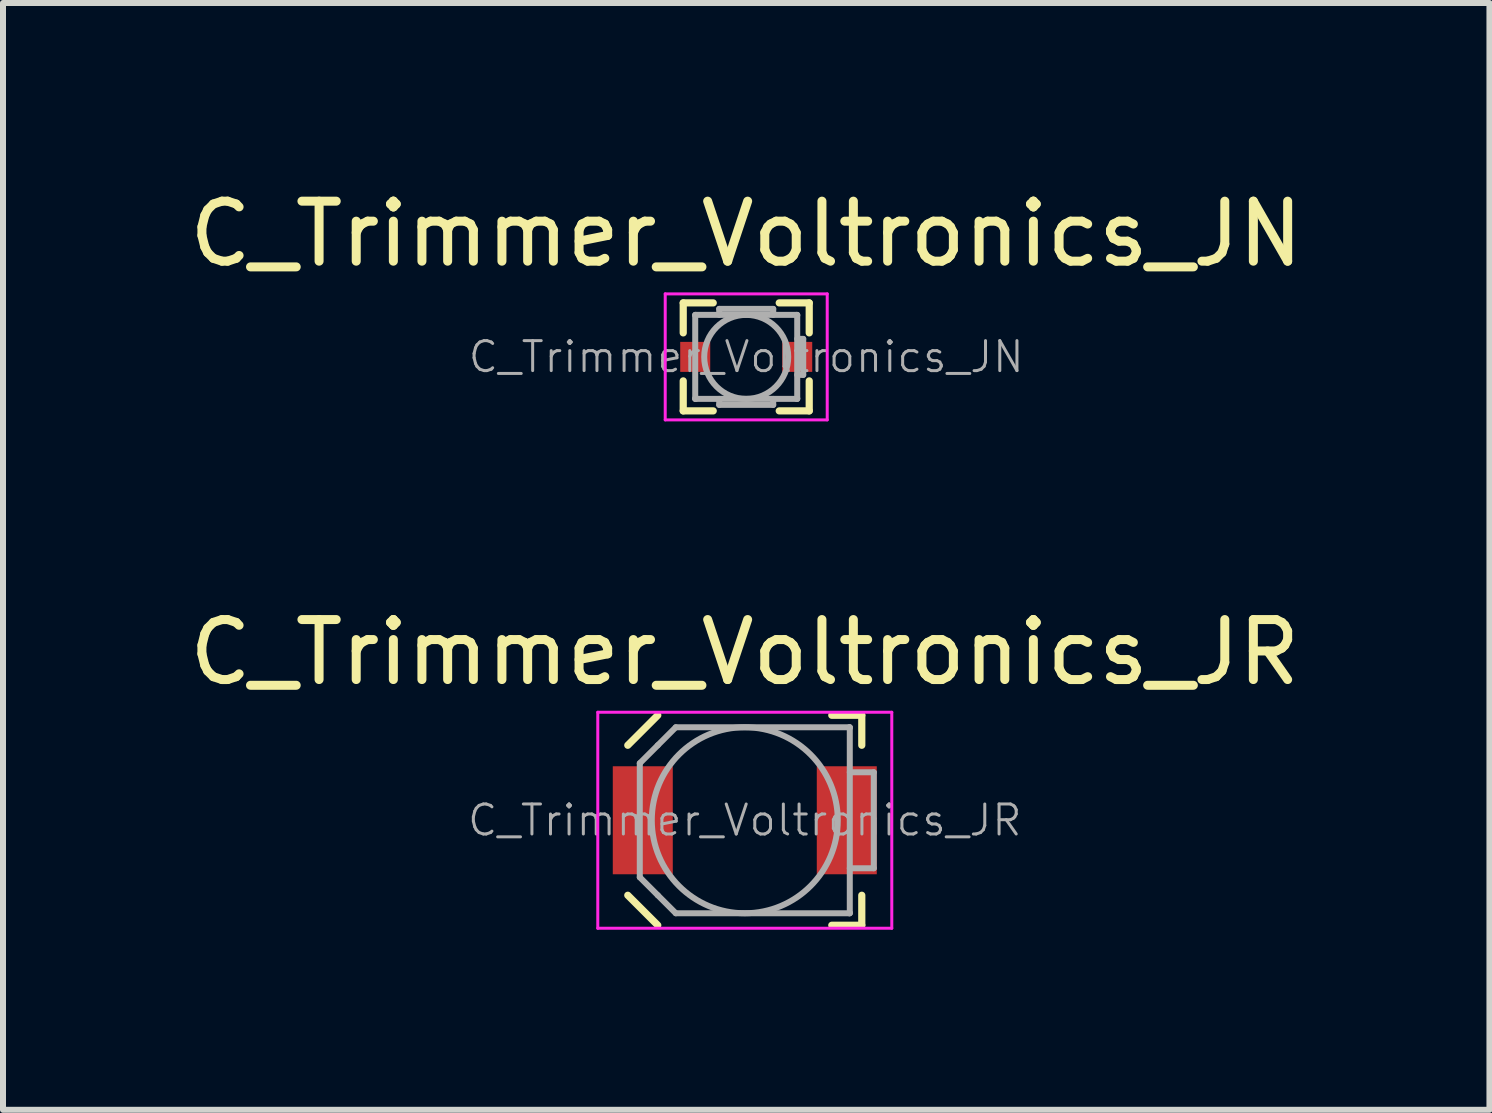
<source format=kicad_pcb>
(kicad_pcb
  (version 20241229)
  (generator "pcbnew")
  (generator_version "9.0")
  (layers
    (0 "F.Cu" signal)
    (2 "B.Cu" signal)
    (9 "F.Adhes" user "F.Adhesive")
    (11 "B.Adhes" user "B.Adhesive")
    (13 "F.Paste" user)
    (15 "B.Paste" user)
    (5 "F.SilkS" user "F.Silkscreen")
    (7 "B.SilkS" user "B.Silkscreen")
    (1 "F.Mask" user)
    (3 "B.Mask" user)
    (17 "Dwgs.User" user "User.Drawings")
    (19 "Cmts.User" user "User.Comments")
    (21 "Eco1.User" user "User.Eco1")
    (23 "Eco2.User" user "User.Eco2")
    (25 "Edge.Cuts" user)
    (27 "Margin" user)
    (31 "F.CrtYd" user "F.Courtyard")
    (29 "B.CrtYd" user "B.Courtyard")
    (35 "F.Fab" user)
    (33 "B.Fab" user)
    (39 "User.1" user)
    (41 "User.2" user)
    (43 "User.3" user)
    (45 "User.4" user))
  (footprint "C_Trimmer_Voltronics_JN"
    (layer "F.Cu")
    (at 9.387 2.898)
    (property "Reference" "C_Trimmer_Voltronics_JN" (at 0 -2.05 0) (layer "F.SilkS") (effects (font (size 1 1) (thickness 0.15))))
    (attr smd)
    (fp_line (start -1.05 -0.9) (end -1.05 -0.4) (stroke (width 0.12) (type solid)) (layer "F.SilkS"))
    (fp_line (start -1.05 -0.9) (end -0.55 -0.9) (stroke (width 0.12) (type solid)) (layer "F.SilkS"))
    (fp_line (start -1.05 0.9) (end -1.05 0.4) (stroke (width 0.12) (type solid)) (layer "F.SilkS"))
    (fp_line (start -1.05 0.9) (end -0.55 0.9) (stroke (width 0.12) (type solid)) (layer "F.SilkS"))
    (fp_line (start 1.05 -0.9) (end 0.55 -0.9) (stroke (width 0.12) (type solid)) (layer "F.SilkS"))
    (fp_line (start 1.05 -0.9) (end 1.05 -0.4) (stroke (width 0.12) (type solid)) (layer "F.SilkS"))
    (fp_line (start 1.05 0.9) (end 0.55 0.9) (stroke (width 0.12) (type solid)) (layer "F.SilkS"))
    (fp_line (start 1.05 0.9) (end 1.05 0.4) (stroke (width 0.12) (type solid)) (layer "F.SilkS"))
    (fp_line (start -1.35 -1.05) (end -1.35 1.05) (stroke (width 0.05) (type solid)) (layer "F.CrtYd"))
    (fp_line (start -1.35 1.05) (end 1.35 1.05) (stroke (width 0.05) (type solid)) (layer "F.CrtYd"))
    (fp_line (start 1.35 -1.05) (end -1.35 -1.05) (stroke (width 0.05) (type solid)) (layer "F.CrtYd"))
    (fp_line (start 1.35 1.05) (end 1.35 -1.05) (stroke (width 0.05) (type solid)) (layer "F.CrtYd"))
    (fp_line (start -0.85 -0.7) (end -0.84 -0.7) (stroke (width 0.1) (type solid)) (layer "F.Fab"))
    (fp_line (start -0.85 -0.69) (end -0.85 -0.7) (stroke (width 0.1) (type solid)) (layer "F.Fab"))
    (fp_line (start -0.85 0.69) (end -0.85 -0.69) (stroke (width 0.1) (type solid)) (layer "F.Fab"))
    (fp_line (start -0.85 0.7) (end -0.85 0.69) (stroke (width 0.1) (type solid)) (layer "F.Fab"))
    (fp_line (start -0.84 -0.7) (end 0.84 -0.7) (stroke (width 0.1) (type solid)) (layer "F.Fab"))
    (fp_line (start -0.84 0.7) (end -0.85 0.7) (stroke (width 0.1) (type solid)) (layer "F.Fab"))
    (fp_line (start -0.45 -0.8) (end 0.45 -0.8) (stroke (width 0.1) (type solid)) (layer "F.Fab"))
    (fp_line (start -0.45 -0.7) (end -0.45 -0.8) (stroke (width 0.1) (type solid)) (layer "F.Fab"))
    (fp_line (start -0.45 0.7) (end -0.45 0.8) (stroke (width 0.1) (type solid)) (layer "F.Fab"))
    (fp_line (start -0.45 0.8) (end 0.45 0.8) (stroke (width 0.1) (type solid)) (layer "F.Fab"))
    (fp_line (start 0.45 -0.8) (end 0.45 -0.7) (stroke (width 0.1) (type solid)) (layer "F.Fab"))
    (fp_line (start 0.45 0.8) (end 0.45 0.7) (stroke (width 0.1) (type solid)) (layer "F.Fab"))
    (fp_line (start 0.84 -0.7) (end 0.85 -0.7) (stroke (width 0.1) (type solid)) (layer "F.Fab"))
    (fp_line (start 0.84 0.7) (end -0.84 0.7) (stroke (width 0.1) (type solid)) (layer "F.Fab"))
    (fp_line (start 0.85 -0.7) (end 0.85 -0.69) (stroke (width 0.1) (type solid)) (layer "F.Fab"))
    (fp_line (start 0.85 -0.69) (end 0.85 0.69) (stroke (width 0.1) (type solid)) (layer "F.Fab"))
    (fp_line (start 0.85 -0.3) (end 0.95 -0.3) (stroke (width 0.1) (type solid)) (layer "F.Fab"))
    (fp_line (start 0.85 0.69) (end 0.85 0.7) (stroke (width 0.1) (type solid)) (layer "F.Fab"))
    (fp_line (start 0.85 0.7) (end 0.84 0.7) (stroke (width 0.1) (type solid)) (layer "F.Fab"))
    (fp_line (start 0.95 -0.3) (end 0.95 0.3) (stroke (width 0.1) (type solid)) (layer "F.Fab"))
    (fp_line (start 0.95 0.3) (end 0.85 0.3) (stroke (width 0.1) (type solid)) (layer "F.Fab"))
    (fp_circle (center 0 0) (end 0.7 0) (stroke (width 0.1) (type solid)) (fill no) (layer "F.Fab"))
    (fp_text user "${REFERENCE}" (at 0 0 0) (layer "F.Fab") (effects (font (size 0.5 0.5) (thickness 0.05))))
    (pad "1" smd rect (at -0.85 0) (size 0.5 0.5) (layers "F.Cu" "F.Mask" "F.Paste"))
    (pad "2" smd rect (at 0.85 0) (size 0.5 0.5) (layers "F.Cu" "F.Mask" "F.Paste")))
  (footprint "C_Trimmer_Voltronics_JR"
    (layer "F.Cu")
    (at 9.363 10.621)
    (property "Reference" "C_Trimmer_Voltronics_JR" (at 0 -2.8 0) (layer "F.SilkS") (effects (font (size 1 1) (thickness 0.15))))
    (attr smd)
    (fp_line (start -1.95 -1.25) (end -1.45 -1.75) (stroke (width 0.12) (type solid)) (layer "F.SilkS"))
    (fp_line (start -1.95 1.25) (end -1.45 1.75) (stroke (width 0.12) (type solid)) (layer "F.SilkS"))
    (fp_line (start 1.95 -1.75) (end 1.45 -1.75) (stroke (width 0.12) (type solid)) (layer "F.SilkS"))
    (fp_line (start 1.95 -1.75) (end 1.95 -1.25) (stroke (width 0.12) (type solid)) (layer "F.SilkS"))
    (fp_line (start 1.95 1.75) (end 1.45 1.75) (stroke (width 0.12) (type solid)) (layer "F.SilkS"))
    (fp_line (start 1.95 1.75) (end 1.95 1.25) (stroke (width 0.12) (type solid)) (layer "F.SilkS"))
    (fp_line (start -2.45 -1.8) (end -2.45 1.8) (stroke (width 0.05) (type solid)) (layer "F.CrtYd"))
    (fp_line (start -2.45 1.8) (end 2.45 1.8) (stroke (width 0.05) (type solid)) (layer "F.CrtYd"))
    (fp_line (start 2.45 -1.8) (end -2.45 -1.8) (stroke (width 0.05) (type solid)) (layer "F.CrtYd"))
    (fp_line (start 2.45 1.8) (end 2.45 -1.8) (stroke (width 0.05) (type solid)) (layer "F.CrtYd"))
    (fp_line (start -1.75 -0.95) (end -1.45 -1.25) (stroke (width 0.1) (type solid)) (layer "F.Fab"))
    (fp_line (start -1.75 0.95) (end -1.75 -0.95) (stroke (width 0.1) (type solid)) (layer "F.Fab"))
    (fp_line (start -1.45 -1.25) (end -1.15 -1.55) (stroke (width 0.1) (type solid)) (layer "F.Fab"))
    (fp_line (start -1.45 1.25) (end -1.75 0.95) (stroke (width 0.1) (type solid)) (layer "F.Fab"))
    (fp_line (start -1.15 -1.55) (end 1.74 -1.55) (stroke (width 0.1) (type solid)) (layer "F.Fab"))
    (fp_line (start -1.15 1.55) (end -1.45 1.25) (stroke (width 0.1) (type solid)) (layer "F.Fab"))
    (fp_line (start 1.74 -1.55) (end 1.75 -1.55) (stroke (width 0.1) (type solid)) (layer "F.Fab"))
    (fp_line (start 1.74 1.55) (end -1.15 1.55) (stroke (width 0.1) (type solid)) (layer "F.Fab"))
    (fp_line (start 1.75 -1.55) (end 1.75 -1.54) (stroke (width 0.1) (type solid)) (layer "F.Fab"))
    (fp_line (start 1.75 -1.54) (end 1.75 1.54) (stroke (width 0.1) (type solid)) (layer "F.Fab"))
    (fp_line (start 1.75 -0.8) (end 2.15 -0.8) (stroke (width 0.1) (type solid)) (layer "F.Fab"))
    (fp_line (start 1.75 1.54) (end 1.75 1.55) (stroke (width 0.1) (type solid)) (layer "F.Fab"))
    (fp_line (start 1.75 1.55) (end 1.74 1.55) (stroke (width 0.1) (type solid)) (layer "F.Fab"))
    (fp_line (start 2.15 -0.8) (end 2.15 0.8) (stroke (width 0.1) (type solid)) (layer "F.Fab"))
    (fp_line (start 2.15 0.8) (end 1.75 0.8) (stroke (width 0.1) (type solid)) (layer "F.Fab"))
    (fp_circle (center 0 0) (end 1.55 0) (stroke (width 0.1) (type solid)) (fill no) (layer "F.Fab"))
    (fp_text user "${REFERENCE}" (at 0 0 0) (layer "F.Fab") (effects (font (size 0.5 0.5) (thickness 0.05))))
    (pad "1" smd rect (at -1.7 0) (size 1 1.8) (layers "F.Cu" "F.Mask" "F.Paste"))
    (pad "2" smd rect (at 1.7 0) (size 1 1.8) (layers "F.Cu" "F.Mask" "F.Paste")))
  (gr_rect
    (start -3 -3)
    (end 21.774 15.447)
    (stroke (width 0.1) (type default))
    (fill no)
    (layer "Edge.Cuts")))
</source>
